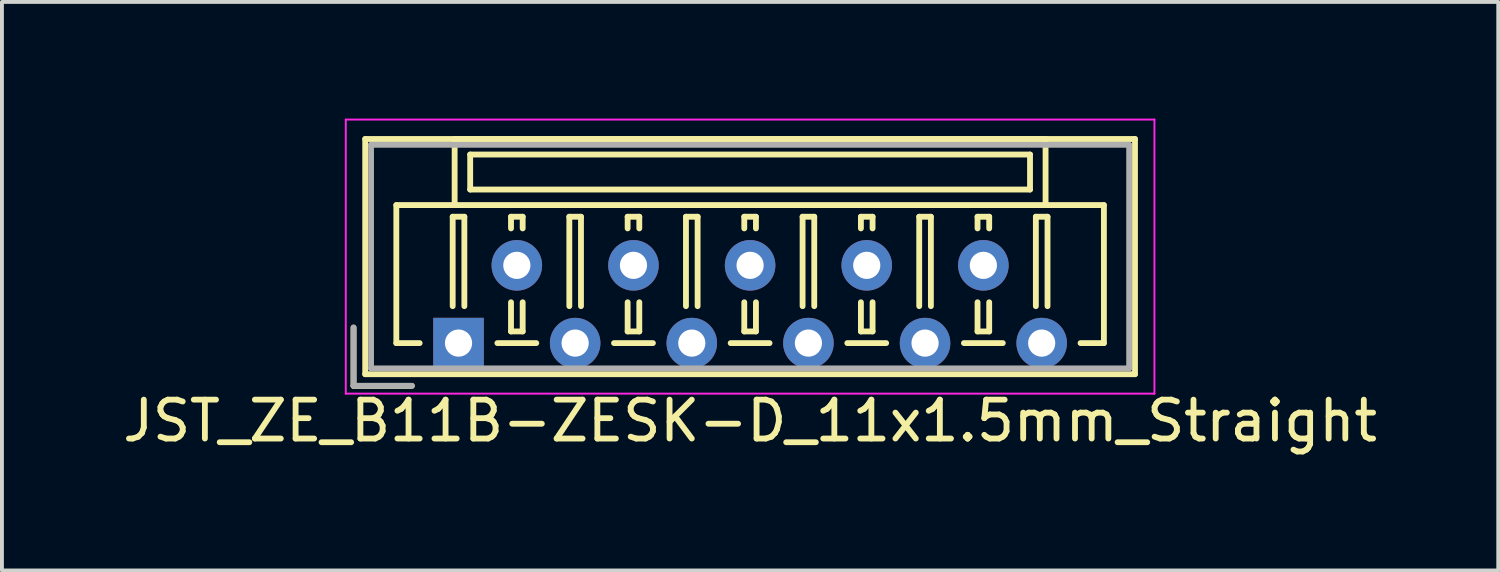
<source format=kicad_pcb>
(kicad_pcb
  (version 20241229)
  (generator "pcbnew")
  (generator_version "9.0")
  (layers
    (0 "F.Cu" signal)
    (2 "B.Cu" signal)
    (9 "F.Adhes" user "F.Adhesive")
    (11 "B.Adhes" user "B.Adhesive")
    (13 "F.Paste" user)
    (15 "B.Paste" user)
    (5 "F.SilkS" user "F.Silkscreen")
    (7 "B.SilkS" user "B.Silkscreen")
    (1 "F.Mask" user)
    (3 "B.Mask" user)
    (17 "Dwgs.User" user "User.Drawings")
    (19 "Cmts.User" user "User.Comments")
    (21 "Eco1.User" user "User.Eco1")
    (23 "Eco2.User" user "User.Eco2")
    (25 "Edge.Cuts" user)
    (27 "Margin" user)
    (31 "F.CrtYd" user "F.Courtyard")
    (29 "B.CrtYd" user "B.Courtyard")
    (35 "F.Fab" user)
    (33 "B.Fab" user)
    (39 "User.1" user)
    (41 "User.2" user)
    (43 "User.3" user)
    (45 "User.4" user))
  (footprint "JST_ZE_B11B-ZESK-D_11x1.5mm_Straight"
    (layer "F.Cu")
    (at 8.744 5.775)
    (property "Reference" "JST_ZE_B11B-ZESK-D_11x1.5mm_Straight" (at 7.5 2 0) (layer "F.SilkS") (effects (font (size 1 1) (thickness 0.15))))
    (attr through_hole)
    (fp_line (start -2.7 -0.4) (end -2.7 1.1) (stroke (width 0.15) (type solid)) (layer "F.SilkS"))
    (fp_line (start -2.7 1.1) (end -1.2 1.1) (stroke (width 0.15) (type solid)) (layer "F.SilkS"))
    (fp_line (start -2.4 -5.25) (end -2.4 0.8) (stroke (width 0.15) (type solid)) (layer "F.SilkS"))
    (fp_line (start -2.4 0.8) (end 17.4 0.8) (stroke (width 0.15) (type solid)) (layer "F.SilkS"))
    (fp_line (start -1.6 -3.55) (end -1.6 0) (stroke (width 0.15) (type solid)) (layer "F.SilkS"))
    (fp_line (start -1.6 0) (end -1 0) (stroke (width 0.15) (type solid)) (layer "F.SilkS"))
    (fp_line (start -0.15 -3.25) (end 0.15 -3.25) (stroke (width 0.15) (type solid)) (layer "F.SilkS"))
    (fp_line (start -0.15 -0.95) (end -0.15 -3.25) (stroke (width 0.15) (type solid)) (layer "F.SilkS"))
    (fp_line (start -0.1 -5.25) (end -0.1 -3.55) (stroke (width 0.15) (type solid)) (layer "F.SilkS"))
    (fp_line (start -0.1 -3.55) (end -1.6 -3.55) (stroke (width 0.15) (type solid)) (layer "F.SilkS"))
    (fp_line (start -0.1 -3.55) (end 15.1 -3.55) (stroke (width 0.15) (type solid)) (layer "F.SilkS"))
    (fp_line (start 0.15 -3.25) (end 0.15 -0.95) (stroke (width 0.15) (type solid)) (layer "F.SilkS"))
    (fp_line (start 0.3 -4.85) (end 0.3 -3.95) (stroke (width 0.15) (type solid)) (layer "F.SilkS"))
    (fp_line (start 0.3 -3.95) (end 14.7 -3.95) (stroke (width 0.15) (type solid)) (layer "F.SilkS"))
    (fp_line (start 1 0) (end 2 0) (stroke (width 0.15) (type solid)) (layer "F.SilkS"))
    (fp_line (start 1.35 -3.25) (end 1.65 -3.25) (stroke (width 0.15) (type solid)) (layer "F.SilkS"))
    (fp_line (start 1.35 -2.95) (end 1.35 -3.25) (stroke (width 0.15) (type solid)) (layer "F.SilkS"))
    (fp_line (start 1.35 -1.05) (end 1.35 -0.3) (stroke (width 0.15) (type solid)) (layer "F.SilkS"))
    (fp_line (start 1.35 -0.3) (end 1.65 -0.3) (stroke (width 0.15) (type solid)) (layer "F.SilkS"))
    (fp_line (start 1.65 -3.25) (end 1.65 -2.95) (stroke (width 0.15) (type solid)) (layer "F.SilkS"))
    (fp_line (start 1.65 -0.3) (end 1.65 -1.05) (stroke (width 0.15) (type solid)) (layer "F.SilkS"))
    (fp_line (start 2.85 -3.25) (end 3.15 -3.25) (stroke (width 0.15) (type solid)) (layer "F.SilkS"))
    (fp_line (start 2.85 -0.95) (end 2.85 -3.25) (stroke (width 0.15) (type solid)) (layer "F.SilkS"))
    (fp_line (start 3.15 -3.25) (end 3.15 -0.95) (stroke (width 0.15) (type solid)) (layer "F.SilkS"))
    (fp_line (start 4 0) (end 5 0) (stroke (width 0.15) (type solid)) (layer "F.SilkS"))
    (fp_line (start 4.35 -3.25) (end 4.65 -3.25) (stroke (width 0.15) (type solid)) (layer "F.SilkS"))
    (fp_line (start 4.35 -2.95) (end 4.35 -3.25) (stroke (width 0.15) (type solid)) (layer "F.SilkS"))
    (fp_line (start 4.35 -1.05) (end 4.35 -0.3) (stroke (width 0.15) (type solid)) (layer "F.SilkS"))
    (fp_line (start 4.35 -0.3) (end 4.65 -0.3) (stroke (width 0.15) (type solid)) (layer "F.SilkS"))
    (fp_line (start 4.65 -3.25) (end 4.65 -2.95) (stroke (width 0.15) (type solid)) (layer "F.SilkS"))
    (fp_line (start 4.65 -0.3) (end 4.65 -1.05) (stroke (width 0.15) (type solid)) (layer "F.SilkS"))
    (fp_line (start 5.85 -3.25) (end 6.15 -3.25) (stroke (width 0.15) (type solid)) (layer "F.SilkS"))
    (fp_line (start 5.85 -0.95) (end 5.85 -3.25) (stroke (width 0.15) (type solid)) (layer "F.SilkS"))
    (fp_line (start 6.15 -3.25) (end 6.15 -0.95) (stroke (width 0.15) (type solid)) (layer "F.SilkS"))
    (fp_line (start 7 0) (end 8 0) (stroke (width 0.15) (type solid)) (layer "F.SilkS"))
    (fp_line (start 7.35 -3.25) (end 7.65 -3.25) (stroke (width 0.15) (type solid)) (layer "F.SilkS"))
    (fp_line (start 7.35 -2.95) (end 7.35 -3.25) (stroke (width 0.15) (type solid)) (layer "F.SilkS"))
    (fp_line (start 7.35 -1.05) (end 7.35 -0.3) (stroke (width 0.15) (type solid)) (layer "F.SilkS"))
    (fp_line (start 7.35 -0.3) (end 7.65 -0.3) (stroke (width 0.15) (type solid)) (layer "F.SilkS"))
    (fp_line (start 7.65 -3.25) (end 7.65 -2.95) (stroke (width 0.15) (type solid)) (layer "F.SilkS"))
    (fp_line (start 7.65 -0.3) (end 7.65 -1.05) (stroke (width 0.15) (type solid)) (layer "F.SilkS"))
    (fp_line (start 8.85 -3.25) (end 9.15 -3.25) (stroke (width 0.15) (type solid)) (layer "F.SilkS"))
    (fp_line (start 8.85 -0.95) (end 8.85 -3.25) (stroke (width 0.15) (type solid)) (layer "F.SilkS"))
    (fp_line (start 9.15 -3.25) (end 9.15 -0.95) (stroke (width 0.15) (type solid)) (layer "F.SilkS"))
    (fp_line (start 10 0) (end 11 0) (stroke (width 0.15) (type solid)) (layer "F.SilkS"))
    (fp_line (start 10.35 -3.25) (end 10.65 -3.25) (stroke (width 0.15) (type solid)) (layer "F.SilkS"))
    (fp_line (start 10.35 -2.95) (end 10.35 -3.25) (stroke (width 0.15) (type solid)) (layer "F.SilkS"))
    (fp_line (start 10.35 -1.05) (end 10.35 -0.3) (stroke (width 0.15) (type solid)) (layer "F.SilkS"))
    (fp_line (start 10.35 -0.3) (end 10.65 -0.3) (stroke (width 0.15) (type solid)) (layer "F.SilkS"))
    (fp_line (start 10.65 -3.25) (end 10.65 -2.95) (stroke (width 0.15) (type solid)) (layer "F.SilkS"))
    (fp_line (start 10.65 -0.3) (end 10.65 -1.05) (stroke (width 0.15) (type solid)) (layer "F.SilkS"))
    (fp_line (start 11.85 -3.25) (end 12.15 -3.25) (stroke (width 0.15) (type solid)) (layer "F.SilkS"))
    (fp_line (start 11.85 -0.95) (end 11.85 -3.25) (stroke (width 0.15) (type solid)) (layer "F.SilkS"))
    (fp_line (start 12.15 -3.25) (end 12.15 -0.95) (stroke (width 0.15) (type solid)) (layer "F.SilkS"))
    (fp_line (start 13 0) (end 14 0) (stroke (width 0.15) (type solid)) (layer "F.SilkS"))
    (fp_line (start 13.35 -3.25) (end 13.65 -3.25) (stroke (width 0.15) (type solid)) (layer "F.SilkS"))
    (fp_line (start 13.35 -2.95) (end 13.35 -3.25) (stroke (width 0.15) (type solid)) (layer "F.SilkS"))
    (fp_line (start 13.35 -1.05) (end 13.35 -0.3) (stroke (width 0.15) (type solid)) (layer "F.SilkS"))
    (fp_line (start 13.35 -0.3) (end 13.65 -0.3) (stroke (width 0.15) (type solid)) (layer "F.SilkS"))
    (fp_line (start 13.65 -3.25) (end 13.65 -2.95) (stroke (width 0.15) (type solid)) (layer "F.SilkS"))
    (fp_line (start 13.65 -0.3) (end 13.65 -1.05) (stroke (width 0.15) (type solid)) (layer "F.SilkS"))
    (fp_line (start 14.7 -4.85) (end 0.3 -4.85) (stroke (width 0.15) (type solid)) (layer "F.SilkS"))
    (fp_line (start 14.7 -3.95) (end 14.7 -4.85) (stroke (width 0.15) (type solid)) (layer "F.SilkS"))
    (fp_line (start 14.85 -3.25) (end 15.15 -3.25) (stroke (width 0.15) (type solid)) (layer "F.SilkS"))
    (fp_line (start 14.85 -0.95) (end 14.85 -3.25) (stroke (width 0.15) (type solid)) (layer "F.SilkS"))
    (fp_line (start 15.1 -5.25) (end -0.1 -5.25) (stroke (width 0.15) (type solid)) (layer "F.SilkS"))
    (fp_line (start 15.1 -3.55) (end 15.1 -5.25) (stroke (width 0.15) (type solid)) (layer "F.SilkS"))
    (fp_line (start 15.1 -3.55) (end 16.6 -3.55) (stroke (width 0.15) (type solid)) (layer "F.SilkS"))
    (fp_line (start 15.15 -3.25) (end 15.15 -0.95) (stroke (width 0.15) (type solid)) (layer "F.SilkS"))
    (fp_line (start 16.6 -3.55) (end 16.6 0) (stroke (width 0.15) (type solid)) (layer "F.SilkS"))
    (fp_line (start 16.6 0) (end 16 0) (stroke (width 0.15) (type solid)) (layer "F.SilkS"))
    (fp_line (start 17.4 -5.25) (end -2.4 -5.25) (stroke (width 0.15) (type solid)) (layer "F.SilkS"))
    (fp_line (start 17.4 0.8) (end 17.4 -5.25) (stroke (width 0.15) (type solid)) (layer "F.SilkS"))
    (fp_line (start -2.9 -5.75) (end -2.9 1.3) (stroke (width 0.05) (type solid)) (layer "F.CrtYd"))
    (fp_line (start -2.9 1.3) (end 17.9 1.3) (stroke (width 0.05) (type solid)) (layer "F.CrtYd"))
    (fp_line (start 17.9 -5.75) (end -2.9 -5.75) (stroke (width 0.05) (type solid)) (layer "F.CrtYd"))
    (fp_line (start 17.9 1.3) (end 17.9 -5.75) (stroke (width 0.05) (type solid)) (layer "F.CrtYd"))
    (fp_line (start -2.7 -0.4) (end -2.7 1.1) (stroke (width 0.15) (type solid)) (layer "F.Fab"))
    (fp_line (start -2.7 1.1) (end -1.2 1.1) (stroke (width 0.15) (type solid)) (layer "F.Fab"))
    (fp_line (start -2.25 -5.1) (end -2.25 0.65) (stroke (width 0.15) (type solid)) (layer "F.Fab"))
    (fp_line (start -2.25 0.65) (end 17.25 0.65) (stroke (width 0.15) (type solid)) (layer "F.Fab"))
    (fp_line (start 17.25 -5.1) (end -2.25 -5.1) (stroke (width 0.15) (type solid)) (layer "F.Fab"))
    (fp_line (start 17.25 0.65) (end 17.25 -5.1) (stroke (width 0.15) (type solid)) (layer "F.Fab"))
    (pad "1" thru_hole rect (at 0 0) (size 1.3 1.3) (drill 0.7) (layers "*.Cu" "*.Mask"))
    (pad "2" thru_hole circle (at 1.5 -2) (size 1.3 1.3) (drill 0.7) (layers "*.Cu" "*.Mask"))
    (pad "3" thru_hole circle (at 3 0) (size 1.3 1.3) (drill 0.7) (layers "*.Cu" "*.Mask"))
    (pad "4" thru_hole circle (at 4.5 -2) (size 1.3 1.3) (drill 0.7) (layers "*.Cu" "*.Mask"))
    (pad "5" thru_hole circle (at 6 0) (size 1.3 1.3) (drill 0.7) (layers "*.Cu" "*.Mask"))
    (pad "6" thru_hole circle (at 7.5 -2) (size 1.3 1.3) (drill 0.7) (layers "*.Cu" "*.Mask"))
    (pad "7" thru_hole circle (at 9 0) (size 1.3 1.3) (drill 0.7) (layers "*.Cu" "*.Mask"))
    (pad "8" thru_hole circle (at 10.5 -2) (size 1.3 1.3) (drill 0.7) (layers "*.Cu" "*.Mask"))
    (pad "9" thru_hole circle (at 12 0) (size 1.3 1.3) (drill 0.7) (layers "*.Cu" "*.Mask"))
    (pad "10" thru_hole circle (at 13.5 -2) (size 1.3 1.3) (drill 0.7) (layers "*.Cu" "*.Mask"))
    (pad "11" thru_hole circle (at 15 0) (size 1.3 1.3) (drill 0.7) (layers "*.Cu" "*.Mask")))
  (gr_rect
    (start -3 -3)
    (end 35.488 11.623)
    (stroke (width 0.1) (type default))
    (fill no)
    (layer "Edge.Cuts")))
</source>
